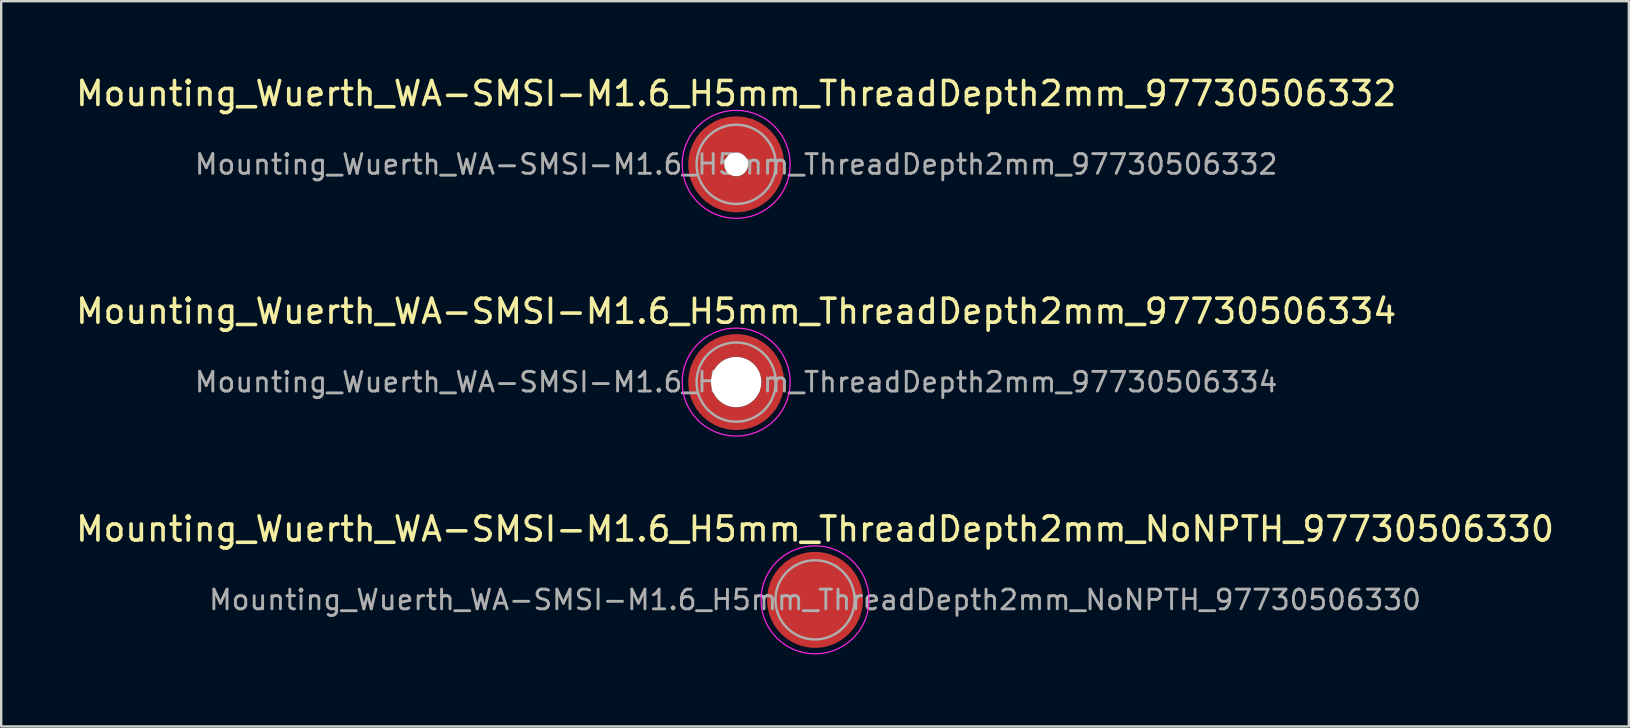
<source format=kicad_pcb>
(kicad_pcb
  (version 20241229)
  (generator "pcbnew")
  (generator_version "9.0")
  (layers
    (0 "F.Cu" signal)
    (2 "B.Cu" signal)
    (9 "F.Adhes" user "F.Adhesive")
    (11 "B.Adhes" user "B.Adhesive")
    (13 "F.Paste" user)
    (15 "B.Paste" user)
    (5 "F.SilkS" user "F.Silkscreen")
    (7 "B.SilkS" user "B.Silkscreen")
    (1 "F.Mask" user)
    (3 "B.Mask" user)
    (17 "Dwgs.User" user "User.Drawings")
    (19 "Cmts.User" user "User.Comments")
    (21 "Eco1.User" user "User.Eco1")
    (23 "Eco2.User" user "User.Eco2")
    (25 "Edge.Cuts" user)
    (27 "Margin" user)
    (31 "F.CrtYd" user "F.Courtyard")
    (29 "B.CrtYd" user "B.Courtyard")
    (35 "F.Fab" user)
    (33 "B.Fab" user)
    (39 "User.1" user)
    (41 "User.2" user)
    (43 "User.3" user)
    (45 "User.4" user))
  (footprint "Mounting_Wuerth_WA-SMSI-M1.6_H5mm_ThreadDepth2mm_NoNPTH_97730506330"
    (layer "F.Cu")
    (at 30.911 21.945)
    (property "Reference" "Mounting_Wuerth_WA-SMSI-M1.6_H5mm_ThreadDepth2mm_NoNPTH_97730506330" (at 0 -2.95 0) (layer "F.SilkS") (effects (font (size 1 1) (thickness 0.15))))
    (attr smd)
    (fp_circle (center 0 0) (end 2.25 0) (stroke (width 0.05) (type solid)) (fill no) (layer "F.CrtYd"))
    (fp_circle (center 0 0) (end 1.65 0) (stroke (width 0.1) (type solid)) (fill no) (layer "F.Fab"))
    (fp_text user "${REFERENCE}" (at 0 0 0) (layer "F.Fab") (effects (font (size 0.82 0.82) (thickness 0.12))))
    (pad "" smd custom (at -0.778 -0.778) (size 1.2 1.2) (layers "F.Paste") (options (anchor circle)) (primitives (gr_arc (start 0.465568 0.527817) (mid 0.494887 0.495062) (end 0.527624 0.465723) (width 0.2)) (gr_arc (start 0.344805 0.527817) (mid 0.424264 0.424264) (end 0.527818 0.344805) (width 0.2)) (gr_arc (start 0.232382 0.527817) (mid 0.353364 0.353743) (end 0.527329 0.232606) (width 0.2)) (gr_arc (start 0.123983 0.527817) (mid 0.282626 0.28306) (end 0.527243 0.124203) (width 0.2)) (gr_arc (start 0.017883 0.527817) (mid 0.211737 0.212527) (end 0.526755 0.018233) (width 0.2)) (gr_arc (start -0.086763 0.527817) (mid 0.141173 0.14167) (end 0.527142 -0.086568) (width 0.2)) (gr_arc (start -0.190428 0.527817) (mid 0.070433 0.070988) (end 0.527057 -0.190232) (width 0.2)) (gr_arc (start -0.293397 0.527817) (mid -0.000182 0.000182) (end 0.527315 -0.29328) (width 0.2)) (gr_arc (start -0.395852 0.527817) (mid -0.071085 -0.070336) (end 0.526781 -0.395631) (width 0.2)) (gr_arc (start -0.497918 0.527817) (mid -0.141622 -0.141221) (end 0.52726 -0.497809) (width 0.2)) (gr_arc (start -0.59968 0.527817) (mid -0.212364 -0.2119) (end 0.527171 -0.599563) (width 0.2)) (gr_arc (start -0.701202 0.527817) (mid -0.282952 -0.282733) (end 0.527511 -0.70115) (width 0.2)) (gr_arc (start -0.802531 0.527817) (mid -0.353765 -0.353343) (end 0.527227 -0.802438) (width 0.2)) (gr_arc (start -0.9037 0.527817) (mid -0.425176 -0.423352) (end 0.525265 -0.903319) (width 0.2)) (gr_arc (start -1.004737 0.527817) (mid -0.49534 -0.49461) (end 0.526794 -1.004593) (width 0.2)) (gr_line (start 0.528 0.466) (end 0.528 -1.005) (width 0.2)) (gr_line (start 0.466 0.528) (end -1.005 0.528) (width 0.2))))
    (pad "" smd custom (at -0.778 0.778) (size 1.2 1.2) (layers "F.Paste") (options (anchor circle)) (primitives (gr_arc (start 0.527817 -0.465568) (mid 0.495062 -0.494887) (end 0.465723 -0.527624) (width 0.2)) (gr_arc (start 0.527817 -0.344805) (mid 0.424264 -0.424264) (end 0.344805 -0.527818) (width 0.2)) (gr_arc (start 0.527817 -0.232382) (mid 0.353743 -0.353364) (end 0.232606 -0.527329) (width 0.2)) (gr_arc (start 0.527817 -0.123983) (mid 0.28306 -0.282626) (end 0.124203 -0.527243) (width 0.2)) (gr_arc (start 0.527817 -0.017883) (mid 0.212527 -0.211737) (end 0.018233 -0.526755) (width 0.2)) (gr_arc (start 0.527817 0.086763) (mid 0.14167 -0.141173) (end -0.086568 -0.527142) (width 0.2)) (gr_arc (start 0.527817 0.190428) (mid 0.070988 -0.070433) (end -0.190232 -0.527057) (width 0.2)) (gr_arc (start 0.527817 0.293397) (mid 0.000182 0.000182) (end -0.29328 -0.527315) (width 0.2)) (gr_arc (start 0.527817 0.395852) (mid -0.070336 0.071085) (end -0.395631 -0.526781) (width 0.2)) (gr_arc (start 0.527817 0.497918) (mid -0.141221 0.141622) (end -0.497809 -0.52726) (width 0.2)) (gr_arc (start 0.527817 0.59968) (mid -0.2119 0.212364) (end -0.599563 -0.527171) (width 0.2)) (gr_arc (start 0.527817 0.701202) (mid -0.282733 0.282952) (end -0.70115 -0.527511) (width 0.2)) (gr_arc (start 0.527817 0.802531) (mid -0.353343 0.353765) (end -0.802438 -0.527227) (width 0.2)) (gr_arc (start 0.527817 0.9037) (mid -0.423352 0.425176) (end -0.903319 -0.525265) (width 0.2)) (gr_arc (start 0.527817 1.004737) (mid -0.49461 0.49534) (end -1.004593 -0.526794) (width 0.2)) (gr_line (start 0.466 -0.528) (end -1.005 -0.528) (width 0.2)) (gr_line (start 0.528 -0.466) (end 0.528 1.005) (width 0.2))))
    (pad "" smd custom (at 0.778 -0.778) (size 1.2 1.2) (layers "F.Paste") (options (anchor circle)) (primitives (gr_arc (start -0.527817 0.465568) (mid -0.495062 0.494887) (end -0.465723 0.527624) (width 0.2)) (gr_arc (start -0.527817 0.344805) (mid -0.424264 0.424264) (end -0.344805 0.527818) (width 0.2)) (gr_arc (start -0.527817 0.232382) (mid -0.353743 0.353364) (end -0.232606 0.527329) (width 0.2)) (gr_arc (start -0.527817 0.123983) (mid -0.28306 0.282626) (end -0.124203 0.527243) (width 0.2)) (gr_arc (start -0.527817 0.017883) (mid -0.212527 0.211737) (end -0.018233 0.526755) (width 0.2)) (gr_arc (start -0.527817 -0.086763) (mid -0.14167 0.141173) (end 0.086568 0.527142) (width 0.2)) (gr_arc (start -0.527817 -0.190428) (mid -0.070988 0.070433) (end 0.190232 0.527057) (width 0.2)) (gr_arc (start -0.527817 -0.293397) (mid -0.000182 -0.000182) (end 0.29328 0.527315) (width 0.2)) (gr_arc (start -0.527817 -0.395852) (mid 0.070336 -0.071085) (end 0.395631 0.526781) (width 0.2)) (gr_arc (start -0.527817 -0.497918) (mid 0.141221 -0.141622) (end 0.497809 0.52726) (width 0.2)) (gr_arc (start -0.527817 -0.59968) (mid 0.2119 -0.212364) (end 0.599563 0.527171) (width 0.2)) (gr_arc (start -0.527817 -0.701202) (mid 0.282733 -0.282952) (end 0.70115 0.527511) (width 0.2)) (gr_arc (start -0.527817 -0.802531) (mid 0.353343 -0.353765) (end 0.802438 0.527227) (width 0.2)) (gr_arc (start -0.527817 -0.9037) (mid 0.423352 -0.425176) (end 0.903319 0.525265) (width 0.2)) (gr_arc (start -0.527817 -1.004737) (mid 0.49461 -0.49534) (end 1.004593 0.526794) (width 0.2)) (gr_line (start -0.466 0.528) (end 1.005 0.528) (width 0.2)) (gr_line (start -0.528 0.466) (end -0.528 -1.005) (width 0.2))))
    (pad "" smd custom (at 0.778 0.778) (size 1.2 1.2) (layers "F.Paste") (options (anchor circle)) (primitives (gr_arc (start -0.465568 -0.527817) (mid -0.494887 -0.495062) (end -0.527624 -0.465723) (width 0.2)) (gr_arc (start -0.344805 -0.527817) (mid -0.424264 -0.424264) (end -0.527818 -0.344805) (width 0.2)) (gr_arc (start -0.232382 -0.527817) (mid -0.353364 -0.353743) (end -0.527329 -0.232606) (width 0.2)) (gr_arc (start -0.123983 -0.527817) (mid -0.282626 -0.28306) (end -0.527243 -0.124203) (width 0.2)) (gr_arc (start -0.017883 -0.527817) (mid -0.211737 -0.212527) (end -0.526755 -0.018233) (width 0.2)) (gr_arc (start 0.086763 -0.527817) (mid -0.141173 -0.14167) (end -0.527142 0.086568) (width 0.2)) (gr_arc (start 0.190428 -0.527817) (mid -0.070433 -0.070988) (end -0.527057 0.190232) (width 0.2)) (gr_arc (start 0.293397 -0.527817) (mid 0.000182 -0.000182) (end -0.527315 0.29328) (width 0.2)) (gr_arc (start 0.395852 -0.527817) (mid 0.071085 0.070336) (end -0.526781 0.395631) (width 0.2)) (gr_arc (start 0.497918 -0.527817) (mid 0.141622 0.141221) (end -0.52726 0.497809) (width 0.2)) (gr_arc (start 0.59968 -0.527817) (mid 0.212364 0.2119) (end -0.527171 0.599563) (width 0.2)) (gr_arc (start 0.701202 -0.527817) (mid 0.282952 0.282733) (end -0.527511 0.70115) (width 0.2)) (gr_arc (start 0.802531 -0.527817) (mid 0.353765 0.353343) (end -0.527227 0.802438) (width 0.2)) (gr_arc (start 0.9037 -0.527817) (mid 0.425176 0.423352) (end -0.525265 0.903319) (width 0.2)) (gr_arc (start 1.004737 -0.527817) (mid 0.49534 0.49461) (end -0.526794 1.004593) (width 0.2)) (gr_line (start -0.528 -0.466) (end -0.528 1.005) (width 0.2)) (gr_line (start -0.466 -0.528) (end 1.005 -0.528) (width 0.2))))
    (pad "1" smd circle (at 0 0) (size 4 4) (layers "F.Cu" "F.Mask")))
  (footprint "Mounting_Wuerth_WA-SMSI-M1.6_H5mm_ThreadDepth2mm_97730506334"
    (layer "F.Cu")
    (at 27.625 12.871)
    (property "Reference" "Mounting_Wuerth_WA-SMSI-M1.6_H5mm_ThreadDepth2mm_97730506334" (at 0 -2.95 0) (layer "F.SilkS") (effects (font (size 1 1) (thickness 0.15))))
    (attr smd)
    (fp_circle (center 0 0) (end 2.25 0) (stroke (width 0.05) (type solid)) (fill no) (layer "F.CrtYd"))
    (fp_circle (center 0 0) (end 1.65 0) (stroke (width 0.1) (type solid)) (fill no) (layer "F.Fab"))
    (fp_text user "${REFERENCE}" (at 0 0 0) (layer "F.Fab") (effects (font (size 0.82 0.82) (thickness 0.12))))
    (pad "" smd custom (at -1.061 -1.061) (size 0.4 0.4) (layers "F.Paste") (options (anchor circle)) (primitives (gr_arc (start -0.101235 0.76066) (mid 0.211799 0.212465) (end 0.759748 -0.100999) (width 0.2)) (gr_arc (start -0.204251 0.76066) (mid 0.141299 0.141544) (end 0.760323 -0.204171) (width 0.2)) (gr_arc (start -0.306819 0.76066) (mid 0.070255 0.071167) (end 0.759401 -0.306542) (width 0.2)) (gr_arc (start -0.409034 0.76066) (mid -0.000242 0.000241) (end 0.759991 -0.408897) (width 0.2)) (gr_arc (start -0.510963 0.76066) (mid -0.071561 -0.06986) (end 0.758297 -0.51051) (width 0.2)) (gr_arc (start -0.61266 0.76066) (mid -0.142171 -0.140671) (end 0.758572 -0.612284) (width 0.2)) (gr_arc (start -0.714164 0.76066) (mid -0.212264 -0.212) (end 0.760292 -0.714102) (width 0.2)) (gr_line (start 0.761 -0.101) (end 0.761 -0.714) (width 0.2)) (gr_line (start -0.101 0.761) (end -0.714 0.761) (width 0.2))))
    (pad "" smd custom (at -1.061 1.061) (size 0.4 0.4) (layers "F.Paste") (options (anchor circle)) (primitives (gr_arc (start 0.76066 0.101235) (mid 0.212465 -0.211799) (end -0.100999 -0.759748) (width 0.2)) (gr_arc (start 0.76066 0.204251) (mid 0.141544 -0.141299) (end -0.204171 -0.760323) (width 0.2)) (gr_arc (start 0.76066 0.306819) (mid 0.071167 -0.070255) (end -0.306542 -0.759401) (width 0.2)) (gr_arc (start 0.76066 0.409034) (mid 0.000241 0.000242) (end -0.408897 -0.759991) (width 0.2)) (gr_arc (start 0.76066 0.510963) (mid -0.06986 0.071561) (end -0.51051 -0.758297) (width 0.2)) (gr_arc (start 0.76066 0.61266) (mid -0.140671 0.142171) (end -0.612284 -0.758572) (width 0.2)) (gr_arc (start 0.76066 0.714164) (mid -0.212 0.212264) (end -0.714102 -0.760292) (width 0.2)) (gr_line (start -0.101 -0.761) (end -0.714 -0.761) (width 0.2)) (gr_line (start 0.761 0.101) (end 0.761 0.714) (width 0.2))))
    (pad "" np_thru_hole circle (at 0 0) (size 2.1 2.1) (drill 2.1) (layers "*.Cu" "*.Mask"))
    (pad "" smd custom (at 1.061 -1.061) (size 0.4 0.4) (layers "F.Paste") (options (anchor circle)) (primitives (gr_arc (start -0.76066 -0.101235) (mid -0.212465 0.211799) (end 0.100999 0.759748) (width 0.2)) (gr_arc (start -0.76066 -0.204251) (mid -0.141544 0.141299) (end 0.204171 0.760323) (width 0.2)) (gr_arc (start -0.76066 -0.306819) (mid -0.071167 0.070255) (end 0.306542 0.759401) (width 0.2)) (gr_arc (start -0.76066 -0.409034) (mid -0.000241 -0.000242) (end 0.408897 0.759991) (width 0.2)) (gr_arc (start -0.76066 -0.510963) (mid 0.06986 -0.071561) (end 0.51051 0.758297) (width 0.2)) (gr_arc (start -0.76066 -0.61266) (mid 0.140671 -0.142171) (end 0.612284 0.758572) (width 0.2)) (gr_arc (start -0.76066 -0.714164) (mid 0.212 -0.212264) (end 0.714102 0.760292) (width 0.2)) (gr_line (start 0.101 0.761) (end 0.714 0.761) (width 0.2)) (gr_line (start -0.761 -0.101) (end -0.761 -0.714) (width 0.2))))
    (pad "" smd custom (at 1.061 1.061) (size 0.4 0.4) (layers "F.Paste") (options (anchor circle)) (primitives (gr_arc (start 0.101235 -0.76066) (mid -0.211799 -0.212465) (end -0.759748 0.100999) (width 0.2)) (gr_arc (start 0.204251 -0.76066) (mid -0.141299 -0.141544) (end -0.760323 0.204171) (width 0.2)) (gr_arc (start 0.306819 -0.76066) (mid -0.070255 -0.071167) (end -0.759401 0.306542) (width 0.2)) (gr_arc (start 0.409034 -0.76066) (mid 0.000242 -0.000241) (end -0.759991 0.408897) (width 0.2)) (gr_arc (start 0.510963 -0.76066) (mid 0.071561 0.06986) (end -0.758297 0.51051) (width 0.2)) (gr_arc (start 0.61266 -0.76066) (mid 0.142171 0.140671) (end -0.758572 0.612284) (width 0.2)) (gr_arc (start 0.714164 -0.76066) (mid 0.212264 0.212) (end -0.760292 0.714102) (width 0.2)) (gr_line (start -0.761 0.101) (end -0.761 0.714) (width 0.2)) (gr_line (start 0.101 -0.761) (end 0.714 -0.761) (width 0.2))))
    (pad "1" smd circle (at -1.525 0) (size 0.55 0.55) (layers "F.Cu"))
    (pad "1" smd circle (at 0 -1.525) (size 0.55 0.55) (layers "F.Cu"))
    (pad "1" smd circle (at 0 1.525) (size 0.55 0.55) (layers "F.Cu"))
    (pad "1" smd custom (at 1.525 0) (size 0.55 0.55) (layers "F.Cu" "F.Mask") (options (anchor circle)) (primitives (gr_circle (center -1.525 0) (end 0 0) (width 0.95) (fill no)))))
  (footprint "Mounting_Wuerth_WA-SMSI-M1.6_H5mm_ThreadDepth2mm_97730506332"
    (layer "F.Cu")
    (at 27.625 3.798)
    (property "Reference" "Mounting_Wuerth_WA-SMSI-M1.6_H5mm_ThreadDepth2mm_97730506332" (at 0 -2.95 0) (layer "F.SilkS") (effects (font (size 1 1) (thickness 0.15))))
    (attr smd)
    (fp_circle (center 0 0) (end 2.25 0) (stroke (width 0.05) (type solid)) (fill no) (layer "F.CrtYd"))
    (fp_circle (center 0 0) (end 1.65 0) (stroke (width 0.1) (type solid)) (fill no) (layer "F.Fab"))
    (fp_text user "${REFERENCE}" (at 0 0 0) (layer "F.Fab") (effects (font (size 0.82 0.82) (thickness 0.12))))
    (pad "" smd custom (at 0 -1.25) (size 0.9 0.9) (layers "F.Paste") (options (anchor circle)) (primitives (gr_arc (start -0.259808 0.6) (mid -0.00045 0.55) (end 0.258972 0.599667) (width 0.2)) (gr_arc (start -0.466369 0.6) (mid -0.000127 0.45) (end 0.466163 0.599852) (width 0.2)) (gr_arc (start -0.622495 0.6) (mid -0.000185 0.35) (end 0.622228 0.599745) (width 0.2)) (gr_arc (start -0.759934 0.6) (mid -0.000146 0.25) (end 0.759744 0.599777) (width 0.2)) (gr_arc (start -0.887412 0.6) (mid -0.000546 0.15) (end 0.886766 0.599119) (width 0.2)) (gr_arc (start -1.008712 0.6) (mid -0.000059 0.05) (end 1.008648 0.5999) (width 0.2)) (gr_arc (start -1.125833 0.6) (mid -0.001134 -0.049999) (end 1.124697 0.598036) (width 0.2)) (gr_arc (start -1.23996 0.6) (mid -0.00088 -0.15) (end 1.239142 0.598442) (width 0.2)) (gr_arc (start -1.351851 0.6) (mid -0.000542 -0.25) (end 1.351381 0.599023) (width 0.2)) (gr_arc (start -1.462019 0.6) (mid -0.000852 -0.35) (end 1.461326 0.598443) (width 0.2)) (gr_arc (start -1.570828 0.6) (mid -0.000608 -0.45) (end 1.570363 0.598876) (width 0.2)) (gr_arc (start -1.678541 0.6) (mid -0.000991 -0.55) (end 1.677824 0.598152) (width 0.2)) (gr_line (start 0.26 0.6) (end 1.679 0.6) (width 0.2)) (gr_line (start -0.26 0.6) (end -1.679 0.6) (width 0.2))))
    (pad "" np_thru_hole circle (at 0 0) (size 1 1) (drill 1) (layers "*.Cu" "*.Mask"))
    (pad "" smd custom (at 0 1.25) (size 0.9 0.9) (layers "F.Paste") (options (anchor circle)) (primitives (gr_arc (start 0.259808 -0.6) (mid 0.00045 -0.55) (end -0.258972 -0.599667) (width 0.2)) (gr_arc (start 0.466369 -0.6) (mid 0.000127 -0.45) (end -0.466163 -0.599852) (width 0.2)) (gr_arc (start 0.622495 -0.6) (mid 0.000185 -0.35) (end -0.622228 -0.599745) (width 0.2)) (gr_arc (start 0.759934 -0.6) (mid 0.000146 -0.25) (end -0.759744 -0.599777) (width 0.2)) (gr_arc (start 0.887412 -0.6) (mid 0.000546 -0.15) (end -0.886766 -0.599119) (width 0.2)) (gr_arc (start 1.008712 -0.6) (mid 0.000059 -0.05) (end -1.008648 -0.5999) (width 0.2)) (gr_arc (start 1.125833 -0.6) (mid 0.001134 0.049999) (end -1.124697 -0.598036) (width 0.2)) (gr_arc (start 1.23996 -0.6) (mid 0.00088 0.15) (end -1.239142 -0.598442) (width 0.2)) (gr_arc (start 1.351851 -0.6) (mid 0.000542 0.25) (end -1.351381 -0.599023) (width 0.2)) (gr_arc (start 1.462019 -0.6) (mid 0.000852 0.35) (end -1.461326 -0.598443) (width 0.2)) (gr_arc (start 1.570828 -0.6) (mid 0.000608 0.45) (end -1.570363 -0.598876) (width 0.2)) (gr_arc (start 1.678541 -0.6) (mid 0.000991 0.55) (end -1.677824 -0.598152) (width 0.2)) (gr_line (start -0.26 -0.6) (end -1.679 -0.6) (width 0.2)) (gr_line (start 0.26 -0.6) (end 1.679 -0.6) (width 0.2))))
    (pad "1" smd circle (at -1.25 0) (size 1.1 1.1) (layers "F.Cu"))
    (pad "1" smd circle (at 0 -1.25) (size 1.1 1.1) (layers "F.Cu"))
    (pad "1" smd circle (at 0 1.25) (size 1.1 1.1) (layers "F.Cu"))
    (pad "1" smd custom (at 1.25 0) (size 1.1 1.1) (layers "F.Cu" "F.Mask") (options (anchor circle)) (primitives (gr_circle (center -1.25 0) (end 0 0) (width 1.5) (fill no)))))
  (gr_rect
    (start -3 -3)
    (end 64.821 27.22)
    (stroke (width 0.1) (type default))
    (fill no)
    (layer "Edge.Cuts")))
</source>
